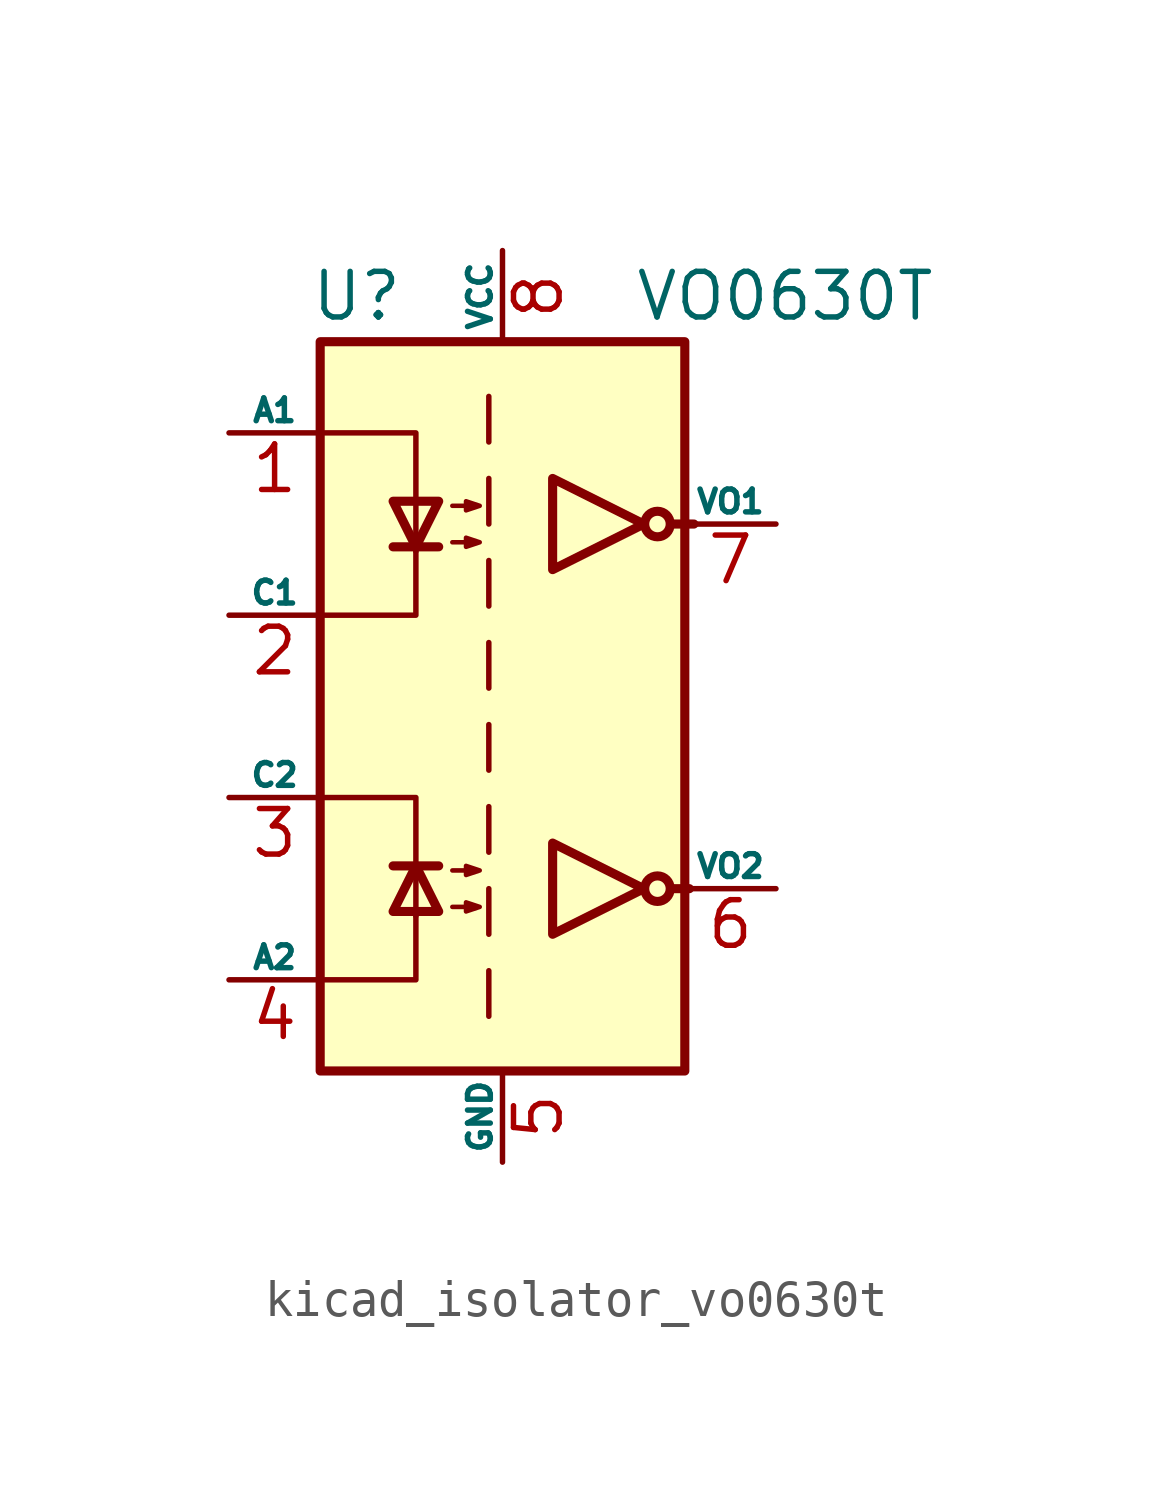
<source format=kicad_sym>
(kicad_symbol_lib
  (version 20220914)
  (generator kicad_symbol_editor)
  (symbol "kicad_isolator_vo0630t"
    (pin_names
      (offset 0))
    (property "Reference" "U"
      (at -4.064 11.43 0)
      (effects (font (size 1.27 1.27))))
    (property "Value" "VO0630T"
      (at 7.874 11.43 0)
      (effects (font (size 1.27 1.27))))
    (symbol "kicad_isolator_vo0630t_0_1"
      (rectangle (start -5.08 10.16) (end 5.08 -10.16) (stroke (width 0.254) (type default)) (fill (type background))))
    (symbol "kicad_isolator_vo0630t_1_1"
      (polyline (pts (xy -3.048 -4.445) (xy -1.778 -4.445)) (stroke (width 0.254) (type default)) (fill (type none)))
      (polyline (pts (xy -3.048 4.445) (xy -1.778 4.445)) (stroke (width 0.254) (type default)) (fill (type none)))
      (polyline (pts (xy -0.381 -7.366) (xy -0.381 -8.636)) (stroke (width 0) (type default)) (fill (type none)))
      (polyline (pts (xy -0.381 -5.08) (xy -0.381 -6.35)) (stroke (width 0) (type default)) (fill (type none)))
      (polyline (pts (xy -0.381 -2.794) (xy -0.381 -4.064)) (stroke (width 0) (type default)) (fill (type none)))
      (polyline (pts (xy -0.381 -0.508) (xy -0.381 -1.778)) (stroke (width 0) (type default)) (fill (type none)))
      (polyline (pts (xy -0.381 1.778) (xy -0.381 0.508)) (stroke (width 0) (type default)) (fill (type none)))
      (polyline (pts (xy -0.381 4.064) (xy -0.381 2.794)) (stroke (width 0) (type default)) (fill (type none)))
      (polyline (pts (xy -0.381 6.35) (xy -0.381 5.08)) (stroke (width 0) (type default)) (fill (type none)))
      (polyline (pts (xy -0.381 8.636) (xy -0.381 7.366)) (stroke (width 0) (type default)) (fill (type none)))
      (polyline (pts (xy 4.699 -5.08) (xy 5.207 -5.08)) (stroke (width 0.254) (type default)) (fill (type none)))
      (polyline (pts (xy 4.699 5.08) (xy 5.334 5.08)) (stroke (width 0.254) (type default)) (fill (type none)))
      (polyline (pts (xy -4.953 -7.62) (xy -2.413 -7.62) (xy -2.413 -5.715)) (stroke (width 0) (type default)) (fill (type none)))
      (polyline (pts (xy -4.953 7.62) (xy -2.413 7.62) (xy -2.413 4.318)) (stroke (width 0) (type default)) (fill (type none)))
      (polyline (pts (xy -2.413 -5.842) (xy -2.413 -2.54) (xy -4.953 -2.54)) (stroke (width 0) (type default)) (fill (type none)))
      (polyline (pts (xy -2.413 4.445) (xy -2.413 2.54) (xy -4.953 2.54)) (stroke (width 0) (type default)) (fill (type none)))
      (polyline (pts (xy -2.413 -4.445) (xy -3.048 -5.715) (xy -1.778 -5.715) (xy -2.413 -4.445)) (stroke (width 0.254) (type default)) (fill (type none)))
      (polyline (pts (xy -2.413 4.445) (xy -3.048 5.715) (xy -1.778 5.715) (xy -2.413 4.445)) (stroke (width 0.254) (type default)) (fill (type none)))
      (polyline (pts (xy 3.937 -5.08) (xy 1.397 -3.81) (xy 1.397 -6.35) (xy 3.937 -5.08)) (stroke (width 0.254) (type default)) (fill (type none)))
      (polyline (pts (xy 3.937 5.08) (xy 1.397 6.35) (xy 1.397 3.81) (xy 3.937 5.08)) (stroke (width 0.254) (type default)) (fill (type none)))
      (polyline (pts (xy -1.397 -5.588) (xy -0.635 -5.588) (xy -1.016 -5.715) (xy -1.016 -5.461) (xy -0.635 -5.588)) (stroke (width 0.127) (type default)) (fill (type none)))
      (polyline (pts (xy -1.397 -4.572) (xy -0.635 -4.572) (xy -1.016 -4.699) (xy -1.016 -4.445) (xy -0.635 -4.572)) (stroke (width 0.127) (type default)) (fill (type none)))
      (polyline (pts (xy -1.397 4.572) (xy -0.635 4.572) (xy -1.016 4.445) (xy -1.016 4.699) (xy -0.635 4.572)) (stroke (width 0.127) (type default)) (fill (type none)))
      (polyline (pts (xy -1.397 5.588) (xy -0.635 5.588) (xy -1.016 5.461) (xy -1.016 5.715) (xy -0.635 5.588)) (stroke (width 0.127) (type default)) (fill (type none)))
      (circle (center 4.318 -5.08) (radius 0.356) (stroke (width 0.254) (type default)) (fill (type none)))
      (circle (center 4.318 5.08) (radius 0.356) (stroke (width 0.254) (type default)) (fill (type none)))
      (pin passive line (at -7.62 7.62 0) (length 2.54) (name "A1" (effects (font (size 0.635 0.635)))) (number "1" (effects (font (size 1.27 1.27)))))
      (pin passive line (at -7.62 2.54 0) (length 2.54) (name "C1" (effects (font (size 0.635 0.635)))) (number "2" (effects (font (size 1.27 1.27)))))
      (pin passive line (at -7.62 -2.54 0) (length 2.54) (name "C2" (effects (font (size 0.635 0.635)))) (number "3" (effects (font (size 1.27 1.27)))))
      (pin passive line (at -7.62 -7.62 0) (length 2.54) (name "A2" (effects (font (size 0.635 0.635)))) (number "4" (effects (font (size 1.27 1.27)))))
      (pin power_in line (at 0 -12.7 90) (length 2.54) (name "GND" (effects (font (size 0.635 0.635)))) (number "5" (effects (font (size 1.27 1.27)))))
      (pin open_collector line (at 7.62 -5.08 180) (length 2.54) (name "VO2" (effects (font (size 0.635 0.635)))) (number "6" (effects (font (size 1.27 1.27)))))
      (pin open_collector line (at 7.62 5.08 180) (length 2.54) (name "VO1" (effects (font (size 0.635 0.635)))) (number "7" (effects (font (size 1.27 1.27)))))
      (pin power_in line (at 0 12.7 270) (length 2.54) (name "VCC" (effects (font (size 0.635 0.635)))) (number "8" (effects (font (size 1.27 1.27))))))))
</source>
